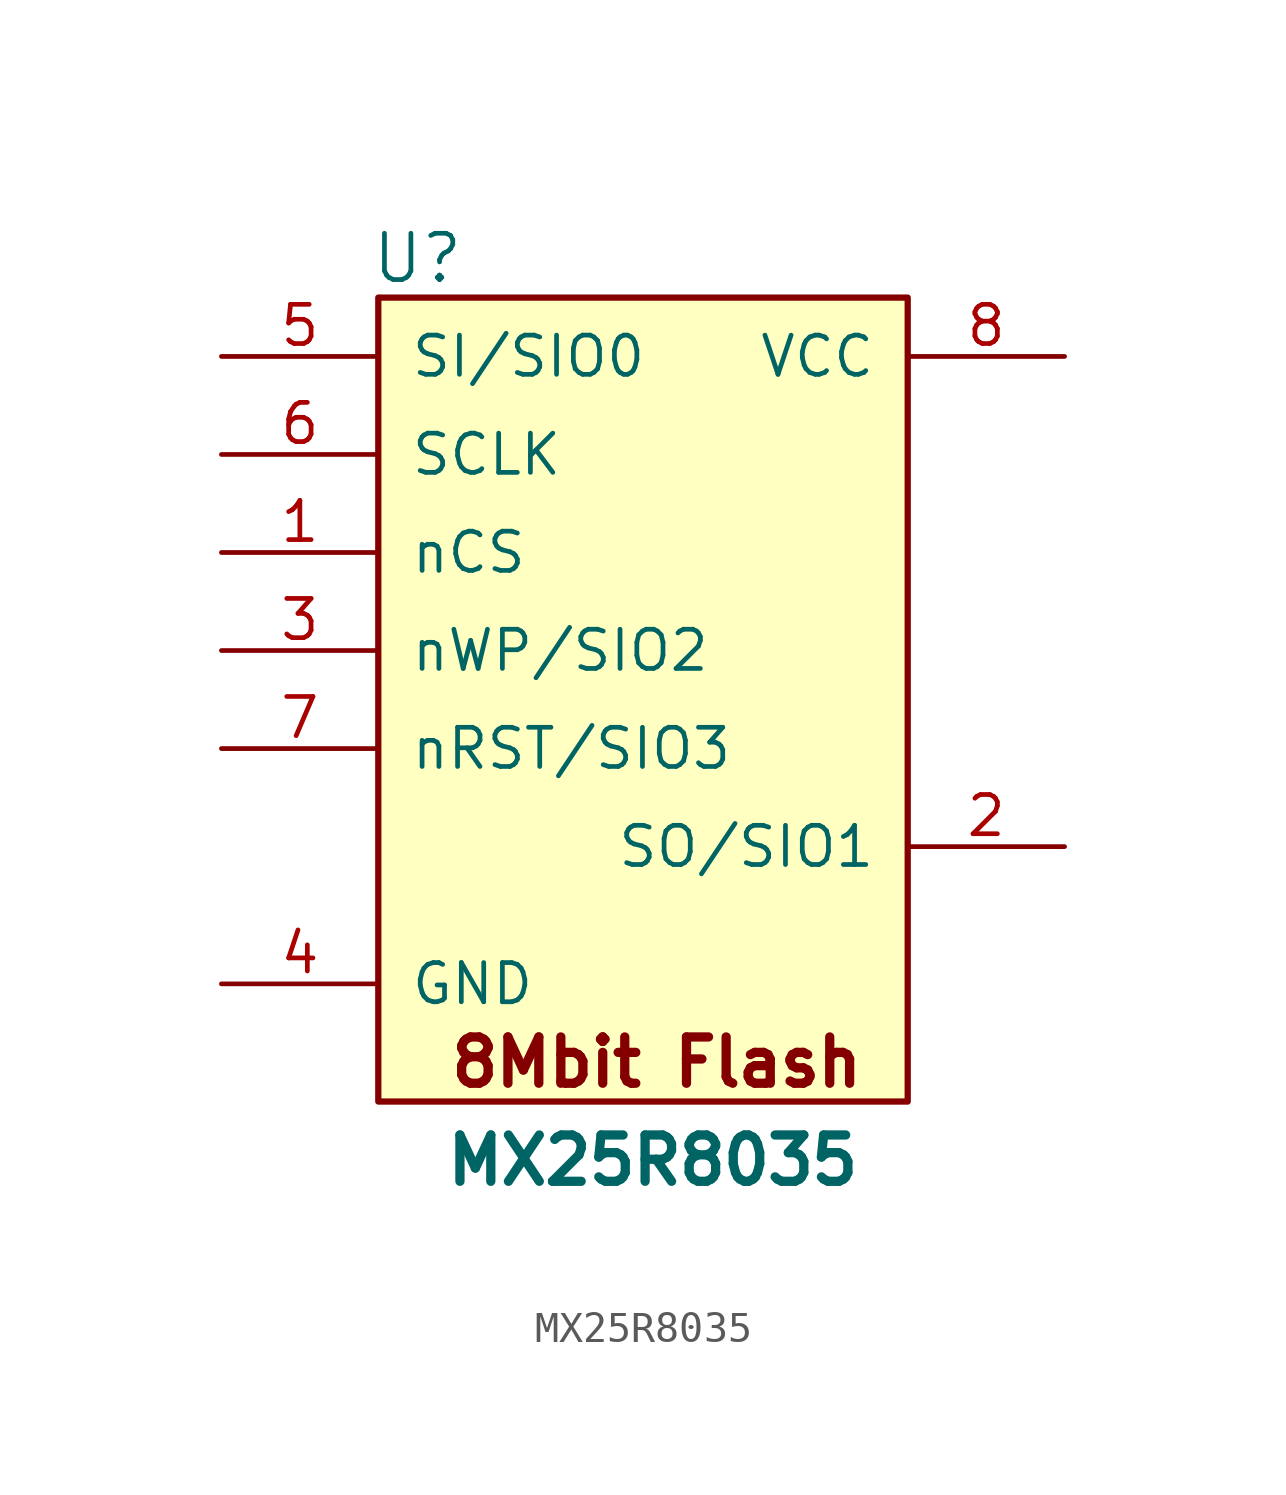
<source format=kicad_sym>
(kicad_symbol_lib
  (version 20211014)
  (generator kicad_symbol_editor)
  (symbol "MX25R8035"
    (pin_names
      (offset 1.016))
    (property "Reference" "U"
      (at 1.27 3.175 0)
      (effects (font (size 1.499 1.499))))
    (property "Value" "MX25R8035"
      (at 8.89 -26.035 0)
      (effects (font (size 1.499 1.499) bold)))
    (symbol "MX25R8035_0_0"
      (text "8Mbit Flash" (at 9.017 -22.86 0) (effects (font (size 1.499 1.499) bold))))
    (symbol "MX25R8035_0_1"
      (rectangle (start 0 1.905) (end 17.145 -24.13) (stroke (width 0.203) (type default) (color 0 0 0 0)) (fill (type background))))
    (symbol "MX25R8035_1_1"
      (pin input line (at -5.08 -6.35 0) (length 5.08) (name "nCS" (effects (font (size 1.27 1.27)))) (number "1" (effects (font (size 1.27 1.27)))))
      (pin input line (at 22.225 -15.875 180) (length 5.08) (name "SO/SIO1" (effects (font (size 1.27 1.27)))) (number "2" (effects (font (size 1.27 1.27)))))
      (pin input line (at -5.08 -9.525 0) (length 5.08) (name "nWP/SIO2" (effects (font (size 1.27 1.27)))) (number "3" (effects (font (size 1.27 1.27)))))
      (pin input line (at -5.08 -20.32 0) (length 5.08) (name "GND" (effects (font (size 1.27 1.27)))) (number "4" (effects (font (size 1.27 1.27)))))
      (pin input line (at -5.08 0 0) (length 5.08) (name "SI/SIO0" (effects (font (size 1.27 1.27)))) (number "5" (effects (font (size 1.27 1.27)))))
      (pin input line (at -5.08 -3.175 0) (length 5.08) (name "SCLK" (effects (font (size 1.27 1.27)))) (number "6" (effects (font (size 1.27 1.27)))))
      (pin input line (at -5.08 -12.7 0) (length 5.08) (name "nRST/SIO3" (effects (font (size 1.27 1.27)))) (number "7" (effects (font (size 1.27 1.27)))))
      (pin input line (at 22.225 0 180) (length 5.08) (name "VCC" (effects (font (size 1.27 1.27)))) (number "8" (effects (font (size 1.27 1.27))))))))
</source>
